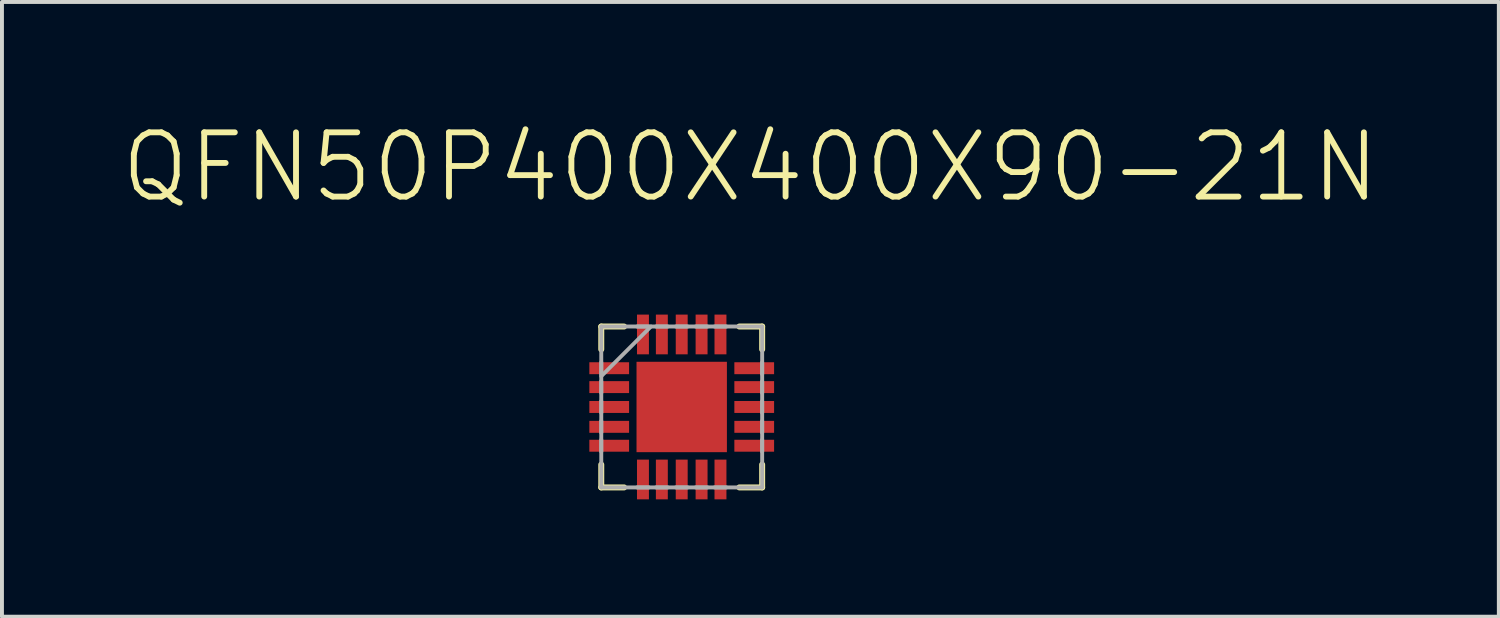
<source format=kicad_pcb>
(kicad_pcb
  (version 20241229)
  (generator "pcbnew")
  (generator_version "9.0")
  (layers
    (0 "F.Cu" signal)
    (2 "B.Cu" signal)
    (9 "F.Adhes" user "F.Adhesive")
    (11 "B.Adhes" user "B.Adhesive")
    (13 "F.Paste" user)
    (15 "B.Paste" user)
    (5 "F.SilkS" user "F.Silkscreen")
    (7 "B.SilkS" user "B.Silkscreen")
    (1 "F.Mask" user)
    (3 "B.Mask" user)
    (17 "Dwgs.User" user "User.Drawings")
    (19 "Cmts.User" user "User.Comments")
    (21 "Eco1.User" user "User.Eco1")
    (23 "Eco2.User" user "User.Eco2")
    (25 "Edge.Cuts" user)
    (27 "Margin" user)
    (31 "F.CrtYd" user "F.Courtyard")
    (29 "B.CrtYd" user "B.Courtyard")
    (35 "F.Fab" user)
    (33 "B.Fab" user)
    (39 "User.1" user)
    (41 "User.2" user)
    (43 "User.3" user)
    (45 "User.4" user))
  (footprint "QFN50P400X400X90-21N"
    (layer "F.Cu")
    (at 14.381 7.356)
    (property "Reference" "QFN50P400X400X90-21N" (at 1.756 -6.132 0) (layer "F.SilkS") (effects (font (size 1.643 1.643) (thickness 0.15))))
    (attr smd)
    (fp_line (start -2.057 -2.057) (end -2.057 -1.473) (stroke (width 0.152) (type solid)) (layer "F.SilkS"))
    (fp_line (start -2.057 1.473) (end -2.057 2.057) (stroke (width 0.152) (type solid)) (layer "F.SilkS"))
    (fp_line (start -2.057 2.057) (end -1.473 2.057) (stroke (width 0.152) (type solid)) (layer "F.SilkS"))
    (fp_line (start -1.473 -2.057) (end -2.057 -2.057) (stroke (width 0.152) (type solid)) (layer "F.SilkS"))
    (fp_line (start 1.473 2.057) (end 2.057 2.057) (stroke (width 0.152) (type solid)) (layer "F.SilkS"))
    (fp_line (start 2.057 -2.057) (end 1.473 -2.057) (stroke (width 0.152) (type solid)) (layer "F.SilkS"))
    (fp_line (start 2.057 -1.473) (end 2.057 -2.057) (stroke (width 0.152) (type solid)) (layer "F.SilkS"))
    (fp_line (start 2.057 2.057) (end 2.057 1.473) (stroke (width 0.152) (type solid)) (layer "F.SilkS"))
    (fp_line (start -2.057 -2.057) (end -2.057 2.057) (stroke (width 0.1) (type solid)) (layer "F.Fab"))
    (fp_line (start -2.057 -1.143) (end -2.057 -0.838) (stroke (width 0.1) (type solid)) (layer "F.Fab"))
    (fp_line (start -2.057 -0.787) (end -0.787 -2.057) (stroke (width 0.1) (type solid)) (layer "F.Fab"))
    (fp_line (start -2.057 -0.66) (end -2.057 -0.356) (stroke (width 0.1) (type solid)) (layer "F.Fab"))
    (fp_line (start -2.057 -0.152) (end -2.057 0.152) (stroke (width 0.1) (type solid)) (layer "F.Fab"))
    (fp_line (start -2.057 0.356) (end -2.057 0.66) (stroke (width 0.1) (type solid)) (layer "F.Fab"))
    (fp_line (start -2.057 0.838) (end -2.057 1.143) (stroke (width 0.1) (type solid)) (layer "F.Fab"))
    (fp_line (start -2.057 2.057) (end 2.057 2.057) (stroke (width 0.1) (type solid)) (layer "F.Fab"))
    (fp_line (start -1.143 2.057) (end -0.838 2.057) (stroke (width 0.1) (type solid)) (layer "F.Fab"))
    (fp_line (start -0.838 -2.057) (end -1.143 -2.057) (stroke (width 0.1) (type solid)) (layer "F.Fab"))
    (fp_line (start -0.66 2.057) (end -0.356 2.057) (stroke (width 0.1) (type solid)) (layer "F.Fab"))
    (fp_line (start -0.356 -2.057) (end -0.66 -2.057) (stroke (width 0.1) (type solid)) (layer "F.Fab"))
    (fp_line (start -0.152 2.057) (end 0.152 2.057) (stroke (width 0.1) (type solid)) (layer "F.Fab"))
    (fp_line (start 0.152 -2.057) (end -0.152 -2.057) (stroke (width 0.1) (type solid)) (layer "F.Fab"))
    (fp_line (start 0.356 2.057) (end 0.66 2.057) (stroke (width 0.1) (type solid)) (layer "F.Fab"))
    (fp_line (start 0.66 -2.057) (end 0.356 -2.057) (stroke (width 0.1) (type solid)) (layer "F.Fab"))
    (fp_line (start 0.838 2.057) (end 1.143 2.057) (stroke (width 0.1) (type solid)) (layer "F.Fab"))
    (fp_line (start 1.143 -2.057) (end 0.838 -2.057) (stroke (width 0.1) (type solid)) (layer "F.Fab"))
    (fp_line (start 2.057 -2.057) (end -2.057 -2.057) (stroke (width 0.1) (type solid)) (layer "F.Fab"))
    (fp_line (start 2.057 -0.838) (end 2.057 -1.143) (stroke (width 0.1) (type solid)) (layer "F.Fab"))
    (fp_line (start 2.057 -0.356) (end 2.057 -0.66) (stroke (width 0.1) (type solid)) (layer "F.Fab"))
    (fp_line (start 2.057 0.152) (end 2.057 -0.152) (stroke (width 0.1) (type solid)) (layer "F.Fab"))
    (fp_line (start 2.057 0.66) (end 2.057 0.356) (stroke (width 0.1) (type solid)) (layer "F.Fab"))
    (fp_line (start 2.057 1.143) (end 2.057 0.838) (stroke (width 0.1) (type solid)) (layer "F.Fab"))
    (fp_line (start 2.057 2.057) (end 2.057 -2.057) (stroke (width 0.1) (type solid)) (layer "F.Fab"))
    (pad "1" smd rect (at -1.854 -0.991 270) (size 0.305 1.016) (layers "F.Cu" "F.Mask" "F.Paste"))
    (pad "2" smd rect (at -1.854 -0.508 270) (size 0.305 1.016) (layers "F.Cu" "F.Mask" "F.Paste"))
    (pad "3" smd rect (at -1.854 0 270) (size 0.305 1.016) (layers "F.Cu" "F.Mask" "F.Paste"))
    (pad "4" smd rect (at -1.854 0.508 270) (size 0.305 1.016) (layers "F.Cu" "F.Mask" "F.Paste"))
    (pad "5" smd rect (at -1.854 0.991 270) (size 0.305 1.016) (layers "F.Cu" "F.Mask" "F.Paste"))
    (pad "6" smd rect (at -0.991 1.854 180) (size 0.305 1.016) (layers "F.Cu" "F.Mask" "F.Paste"))
    (pad "7" smd rect (at -0.508 1.854 180) (size 0.305 1.016) (layers "F.Cu" "F.Mask" "F.Paste"))
    (pad "8" smd rect (at 0 1.854 180) (size 0.305 1.016) (layers "F.Cu" "F.Mask" "F.Paste"))
    (pad "9" smd rect (at 0.508 1.854 180) (size 0.305 1.016) (layers "F.Cu" "F.Mask" "F.Paste"))
    (pad "10" smd rect (at 0.991 1.854 180) (size 0.305 1.016) (layers "F.Cu" "F.Mask" "F.Paste"))
    (pad "11" smd rect (at 1.854 0.991 270) (size 0.305 1.016) (layers "F.Cu" "F.Mask" "F.Paste"))
    (pad "12" smd rect (at 1.854 0.508 270) (size 0.305 1.016) (layers "F.Cu" "F.Mask" "F.Paste"))
    (pad "13" smd rect (at 1.854 0 270) (size 0.305 1.016) (layers "F.Cu" "F.Mask" "F.Paste"))
    (pad "14" smd rect (at 1.854 -0.508 270) (size 0.305 1.016) (layers "F.Cu" "F.Mask" "F.Paste"))
    (pad "15" smd rect (at 1.854 -0.991 270) (size 0.305 1.016) (layers "F.Cu" "F.Mask" "F.Paste"))
    (pad "16" smd rect (at 0.991 -1.854 180) (size 0.305 1.016) (layers "F.Cu" "F.Mask" "F.Paste"))
    (pad "17" smd rect (at 0.508 -1.854 180) (size 0.305 1.016) (layers "F.Cu" "F.Mask" "F.Paste"))
    (pad "18" smd rect (at 0 -1.854 180) (size 0.305 1.016) (layers "F.Cu" "F.Mask" "F.Paste"))
    (pad "19" smd rect (at -0.508 -1.854 180) (size 0.305 1.016) (layers "F.Cu" "F.Mask" "F.Paste"))
    (pad "20" smd rect (at -0.991 -1.854 180) (size 0.305 1.016) (layers "F.Cu" "F.Mask" "F.Paste"))
    (pad "21" smd rect (at 0 0) (size 2.311 2.311) (layers "F.Cu" "F.Mask" "F.Paste")))
  (gr_rect
    (start -3 -3)
    (end 35.274 12.719)
    (stroke (width 0.1) (type default))
    (fill no)
    (layer "Edge.Cuts")))
</source>
